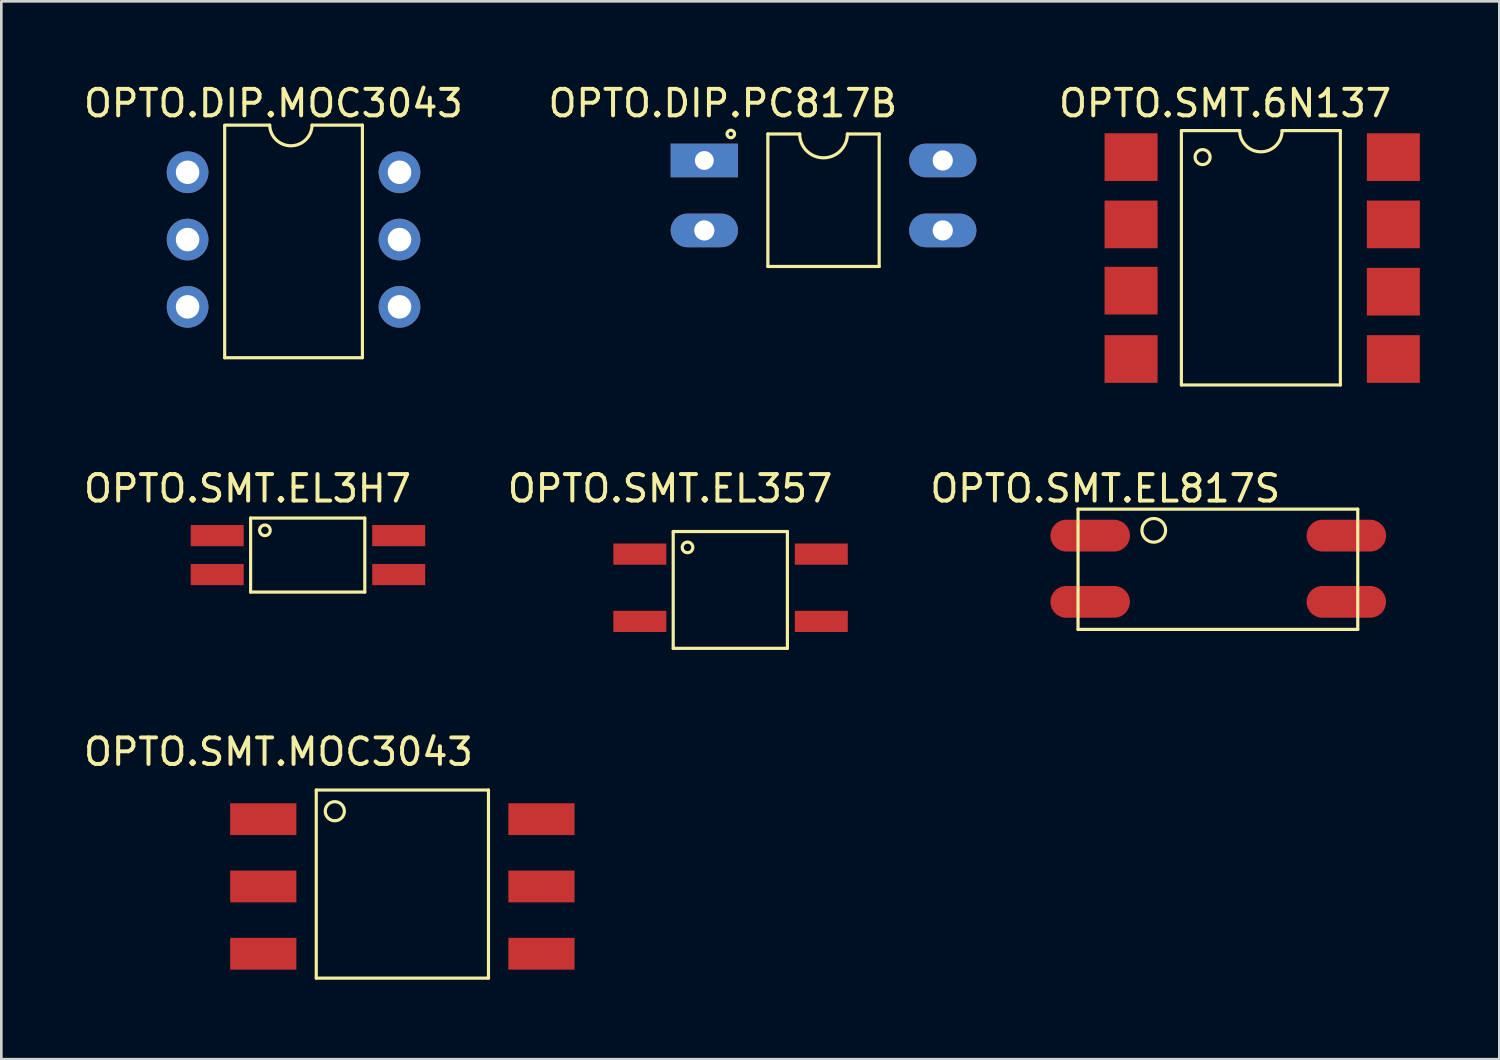
<source format=kicad_pcb>
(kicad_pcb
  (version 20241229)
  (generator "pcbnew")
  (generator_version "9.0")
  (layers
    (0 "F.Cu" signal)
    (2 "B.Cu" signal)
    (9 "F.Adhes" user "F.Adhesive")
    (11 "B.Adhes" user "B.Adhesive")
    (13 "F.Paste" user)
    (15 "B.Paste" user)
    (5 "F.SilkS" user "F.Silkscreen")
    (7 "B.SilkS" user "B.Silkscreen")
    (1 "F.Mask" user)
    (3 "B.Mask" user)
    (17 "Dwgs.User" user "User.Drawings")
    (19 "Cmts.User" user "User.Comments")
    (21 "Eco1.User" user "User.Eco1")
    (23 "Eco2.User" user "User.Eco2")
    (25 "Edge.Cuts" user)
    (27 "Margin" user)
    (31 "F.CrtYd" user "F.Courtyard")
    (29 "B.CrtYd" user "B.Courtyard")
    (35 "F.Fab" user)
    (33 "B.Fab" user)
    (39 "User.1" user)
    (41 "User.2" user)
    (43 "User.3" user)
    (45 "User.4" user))
  (footprint "OPTO.DIP.MOC3043"
    (layer "F.Cu")
    (at 8.03 5.865)
    (property "Reference" "OPTO.DIP.MOC3043" (at -0.762 -5.016 0) (layer "F.SilkS") (effects (font (size 1 1) (thickness 0.15))))
    (attr through_hole)
    (fp_line (start -2.6 -4.191) (end -0.9 -4.191) (stroke (width 0.12) (type solid)) (layer "F.SilkS"))
    (fp_line (start -2.6 -4.154) (end -2.6 4.587) (stroke (width 0.12) (type solid)) (layer "F.SilkS"))
    (fp_line (start -2.6 4.587) (end 2.599 4.587) (stroke (width 0.12) (type solid)) (layer "F.SilkS"))
    (fp_line (start 2.599 -4.191) (end 0.7 -4.191) (stroke (width 0.12) (type solid)) (layer "F.SilkS"))
    (fp_line (start 2.599 4.587) (end 2.599 -4.191) (stroke (width 0.12) (type solid)) (layer "F.SilkS"))
    (fp_arc (start 0.6995 -4.191) (mid -0.1005 -3.412698) (end -0.9005 -4.191) (stroke (width 0.12) (type solid)) (layer "F.SilkS"))
    (pad "1" thru_hole circle (at -4 -2.413) (size 1.575 1.575) (drill 0.889) (layers "*.Cu" "*.Mask"))
    (pad "2" thru_hole circle (at -4 0.127) (size 1.575 1.575) (drill 0.889) (layers "*.Cu" "*.Mask"))
    (pad "3" thru_hole circle (at -4 2.667) (size 1.575 1.575) (drill 0.889) (layers "*.Cu" "*.Mask"))
    (pad "4" thru_hole circle (at 3.999 -2.413) (size 1.575 1.575) (drill 0.889) (layers "*.Cu" "*.Mask"))
    (pad "5" thru_hole circle (at 3.999 0.127) (size 1.575 1.575) (drill 0.889) (layers "*.Cu" "*.Mask"))
    (pad "6" thru_hole circle (at 3.999 2.667) (size 1.575 1.575) (drill 0.889) (layers "*.Cu" "*.Mask")))
  (footprint "OPTO.SMT.EL357"
    (layer "F.Cu")
    (at 24.529 19.135)
    (property "Reference" "OPTO.SMT.EL357" (at -2.286 -3.747 0) (layer "F.SilkS") (effects (font (size 1 1) (thickness 0.15))))
    (attr through_hole)
    (fp_line (start -2.169 -2.123) (end -2.169 2.286) (stroke (width 0.12) (type solid)) (layer "F.SilkS"))
    (fp_line (start -2.169 -2.123) (end 2.141 -2.123) (stroke (width 0.12) (type solid)) (layer "F.SilkS"))
    (fp_line (start -2.169 2.286) (end 2.141 2.286) (stroke (width 0.12) (type solid)) (layer "F.SilkS"))
    (fp_line (start 2.141 -2.123) (end 2.141 2.286) (stroke (width 0.12) (type solid)) (layer "F.SilkS"))
    (fp_circle (center -1.629 -1.524) (end -1.429 -1.524) (stroke (width 0.12) (type solid)) (fill no) (layer "F.SilkS"))
    (pad "1" smd rect (at -3.429 -1.27) (size 2 0.8) (layers "F.Cu" "F.Mask" "F.Paste"))
    (pad "2" smd rect (at -3.429 1.27) (size 2 0.8) (layers "F.Cu" "F.Mask" "F.Paste"))
    (pad "3" smd rect (at 3.421 1.27) (size 2 0.8) (layers "F.Cu" "F.Mask" "F.Paste"))
    (pad "4" smd rect (at 3.421 -1.27) (size 2 0.8) (layers "F.Cu" "F.Mask" "F.Paste")))
  (footprint "OPTO.SMT.EL817S"
    (layer "F.Cu")
    (at 42.797 18.691)
    (property "Reference" "OPTO.SMT.EL817S" (at -4.128 -3.302 0) (layer "F.SilkS") (effects (font (size 1 1) (thickness 0.15))))
    (attr through_hole)
    (fp_line (start -5.157 -2.524) (end 5.401 -2.524) (stroke (width 0.12) (type solid)) (layer "F.SilkS"))
    (fp_line (start -5.157 2.016) (end -5.157 -2.524) (stroke (width 0.12) (type solid)) (layer "F.SilkS"))
    (fp_line (start -5.157 2.016) (end 5.401 2.016) (stroke (width 0.12) (type solid)) (layer "F.SilkS"))
    (fp_line (start 5.401 2.016) (end 5.401 -2.524) (stroke (width 0.12) (type solid)) (layer "F.SilkS"))
    (fp_circle (center -2.299 -1.724) (end -1.899 -1.524) (stroke (width 0.12) (type solid)) (fill no) (layer "F.SilkS"))
    (pad "1" smd oval (at -4.699 -1.524) (size 3 1.2) (layers "F.Cu" "F.Mask" "F.Paste"))
    (pad "2" smd oval (at -4.699 0.976) (size 3 1.2) (layers "F.Cu" "F.Mask" "F.Paste"))
    (pad "3" smd oval (at 4.969 0.976) (size 3 1.2) (layers "F.Cu" "F.Mask" "F.Paste"))
    (pad "4" smd oval (at 4.969 -1.524) (size 3 1.2) (layers "F.Cu" "F.Mask" "F.Paste")))
  (footprint "OPTO.SMT.EL3H7"
    (layer "F.Cu")
    (at 8.578 17.865)
    (property "Reference" "OPTO.SMT.EL3H7" (at -2.286 -2.477 0) (layer "F.SilkS") (effects (font (size 1 1) (thickness 0.15))))
    (attr through_hole)
    (fp_line (start -2.169 -1.361) (end -2.169 1.433) (stroke (width 0.12) (type solid)) (layer "F.SilkS"))
    (fp_line (start -2.169 -1.361) (end 2.141 -1.361) (stroke (width 0.12) (type solid)) (layer "F.SilkS"))
    (fp_line (start -2.169 1.433) (end 2.141 1.433) (stroke (width 0.12) (type solid)) (layer "F.SilkS"))
    (fp_line (start 2.141 -1.361) (end 2.141 1.433) (stroke (width 0.12) (type solid)) (layer "F.SilkS"))
    (fp_circle (center -1.629 -0.898) (end -1.429 -0.898) (stroke (width 0.12) (type solid)) (fill no) (layer "F.SilkS"))
    (pad "1" smd rect (at -3.429 -0.699) (size 2 0.8) (layers "F.Cu" "F.Mask" "F.Paste"))
    (pad "2" smd rect (at 3.421 -0.699) (size 2 0.8) (layers "F.Cu" "F.Mask" "F.Paste"))
    (pad "3" smd rect (at -3.429 0.771) (size 2 0.8) (layers "F.Cu" "F.Mask" "F.Paste"))
    (pad "4" smd rect (at 3.421 0.771) (size 2 0.8) (layers "F.Cu" "F.Mask" "F.Paste")))
  (footprint "OPTO.SMT.6N137"
    (layer "F.Cu")
    (at 44.461 6.69)
    (property "Reference" "OPTO.SMT.6N137" (at -1.27 -5.842 0) (layer "F.SilkS") (effects (font (size 1 1) (thickness 0.15))))
    (attr through_hole)
    (fp_line (start -2.92 -4.81) (end -0.72 -4.81) (stroke (width 0.12) (type solid)) (layer "F.SilkS"))
    (fp_line (start -2.92 4.79) (end -2.92 -4.81) (stroke (width 0.12) (type solid)) (layer "F.SilkS"))
    (fp_line (start 0.88 -4.81) (end 3.08 -4.81) (stroke (width 0.12) (type solid)) (layer "F.SilkS"))
    (fp_line (start 3.08 4.79) (end -2.92 4.79) (stroke (width 0.12) (type solid)) (layer "F.SilkS"))
    (fp_line (start 3.08 4.79) (end 3.08 -4.81) (stroke (width 0.12) (type solid)) (layer "F.SilkS"))
    (fp_arc (start 0.88 -4.81) (mid 0.08 -4.01) (end -0.72 -4.81) (stroke (width 0.12) (type solid)) (layer "F.SilkS"))
    (fp_circle (center -2.12 -3.81) (end -2.12 -3.527) (stroke (width 0.12) (type solid)) (fill no) (layer "F.SilkS"))
    (pad "1" smd rect (at -4.82 -3.81 270) (size 1.8 2) (layers "F.Cu" "F.Mask" "F.Paste"))
    (pad "2" smd rect (at -4.82 -1.27 270) (size 1.8 2) (layers "F.Cu" "F.Mask" "F.Paste"))
    (pad "3" smd rect (at -4.82 1.23 270) (size 1.8 2) (layers "F.Cu" "F.Mask" "F.Paste"))
    (pad "4" smd rect (at -4.82 3.81 270) (size 1.8 2) (layers "F.Cu" "F.Mask" "F.Paste"))
    (pad "5" smd rect (at 5.08 3.81 270) (size 1.8 2) (layers "F.Cu" "F.Mask" "F.Paste"))
    (pad "6" smd rect (at 5.08 1.27 270) (size 1.8 2) (layers "F.Cu" "F.Mask" "F.Paste"))
    (pad "7" smd rect (at 5.08 -1.27 270) (size 1.8 2) (layers "F.Cu" "F.Mask" "F.Paste"))
    (pad "8" smd rect (at 5.08 -3.81 270) (size 1.8 2) (layers "F.Cu" "F.Mask" "F.Paste")))
  (footprint "OPTO.SMT.MOC3043"
    (layer "F.Cu")
    (at 11.84 30.155)
    (property "Reference" "OPTO.SMT.MOC3043" (at -4.381 -4.826 0) (layer "F.SilkS") (effects (font (size 1 1) (thickness 0.15))))
    (attr through_hole)
    (fp_line (start -2.953 -3.386) (end -2.953 3.714) (stroke (width 0.12) (type solid)) (layer "F.SilkS"))
    (fp_line (start -2.953 -3.386) (end 3.547 -3.386) (stroke (width 0.12) (type solid)) (layer "F.SilkS"))
    (fp_line (start -2.953 3.714) (end 3.547 3.714) (stroke (width 0.12) (type solid)) (layer "F.SilkS"))
    (fp_line (start 3.547 -3.386) (end 3.547 3.714) (stroke (width 0.12) (type solid)) (layer "F.SilkS"))
    (fp_circle (center -2.253 -2.586) (end -2.053 -2.286) (stroke (width 0.12) (type solid)) (fill no) (layer "F.SilkS"))
    (pad "1" smd rect (at -4.953 -2.286) (size 2.5 1.2) (layers "F.Cu" "F.Mask" "F.Paste"))
    (pad "2" smd rect (at -4.953 0.254) (size 2.5 1.2) (layers "F.Cu" "F.Mask" "F.Paste"))
    (pad "3" smd rect (at -4.953 2.794) (size 2.5 1.2) (layers "F.Cu" "F.Mask" "F.Paste"))
    (pad "4" smd rect (at 5.547 2.794) (size 2.5 1.2) (layers "F.Cu" "F.Mask" "F.Paste"))
    (pad "5" smd rect (at 5.547 0.254) (size 2.5 1.2) (layers "F.Cu" "F.Mask" "F.Paste"))
    (pad "6" smd rect (at 5.547 -2.286) (size 2.5 1.2) (layers "F.Cu" "F.Mask" "F.Paste")))
  (footprint "OPTO.DIP.PC817B"
    (layer "F.Cu")
    (at 27.915 4.404)
    (property "Reference" "OPTO.DIP.PC817B" (at -3.683 -3.556 0) (layer "F.SilkS") (effects (font (size 1 1) (thickness 0.15))))
    (attr through_hole)
    (fp_line (start -1.982 -2.397) (end -1.982 2.603) (stroke (width 0.12) (type solid)) (layer "F.SilkS"))
    (fp_line (start -1.982 -2.397) (end -0.781 -2.397) (stroke (width 0.12) (type solid)) (layer "F.SilkS"))
    (fp_line (start -1.982 2.603) (end 2.219 2.603) (stroke (width 0.12) (type solid)) (layer "F.SilkS"))
    (fp_line (start 1.018 -2.397) (end 2.219 -2.397) (stroke (width 0.12) (type solid)) (layer "F.SilkS"))
    (fp_line (start 2.219 2.603) (end 2.219 -2.397) (stroke (width 0.12) (type solid)) (layer "F.SilkS"))
    (fp_arc (start 1.0185 -2.397) (mid 0.1185 -1.497) (end -0.7815 -2.397) (stroke (width 0.12) (type solid)) (layer "F.SilkS"))
    (fp_circle (center -3.381 -2.397) (end -3.281 -2.497) (stroke (width 0.12) (type solid)) (fill no) (layer "F.SilkS"))
    (pad "1" thru_hole rect (at -4.381 -1.397) (size 2.54 1.27) (drill 0.711) (layers "*.Cu" "*.Mask"))
    (pad "2" thru_hole oval (at -4.381 1.243) (size 2.54 1.27) (drill 0.762) (layers "*.Cu" "*.Mask"))
    (pad "3" thru_hole oval (at 4.619 1.243) (size 2.54 1.27) (drill 0.762) (layers "*.Cu" "*.Mask"))
    (pad "4" thru_hole oval (at 4.619 -1.397) (size 2.54 1.27) (drill 0.762) (layers "*.Cu" "*.Mask")))
  (gr_rect
    (start -3 -3)
    (end 53.541 36.929)
    (stroke (width 0.1) (type default))
    (fill no)
    (layer "Edge.Cuts")))
</source>
